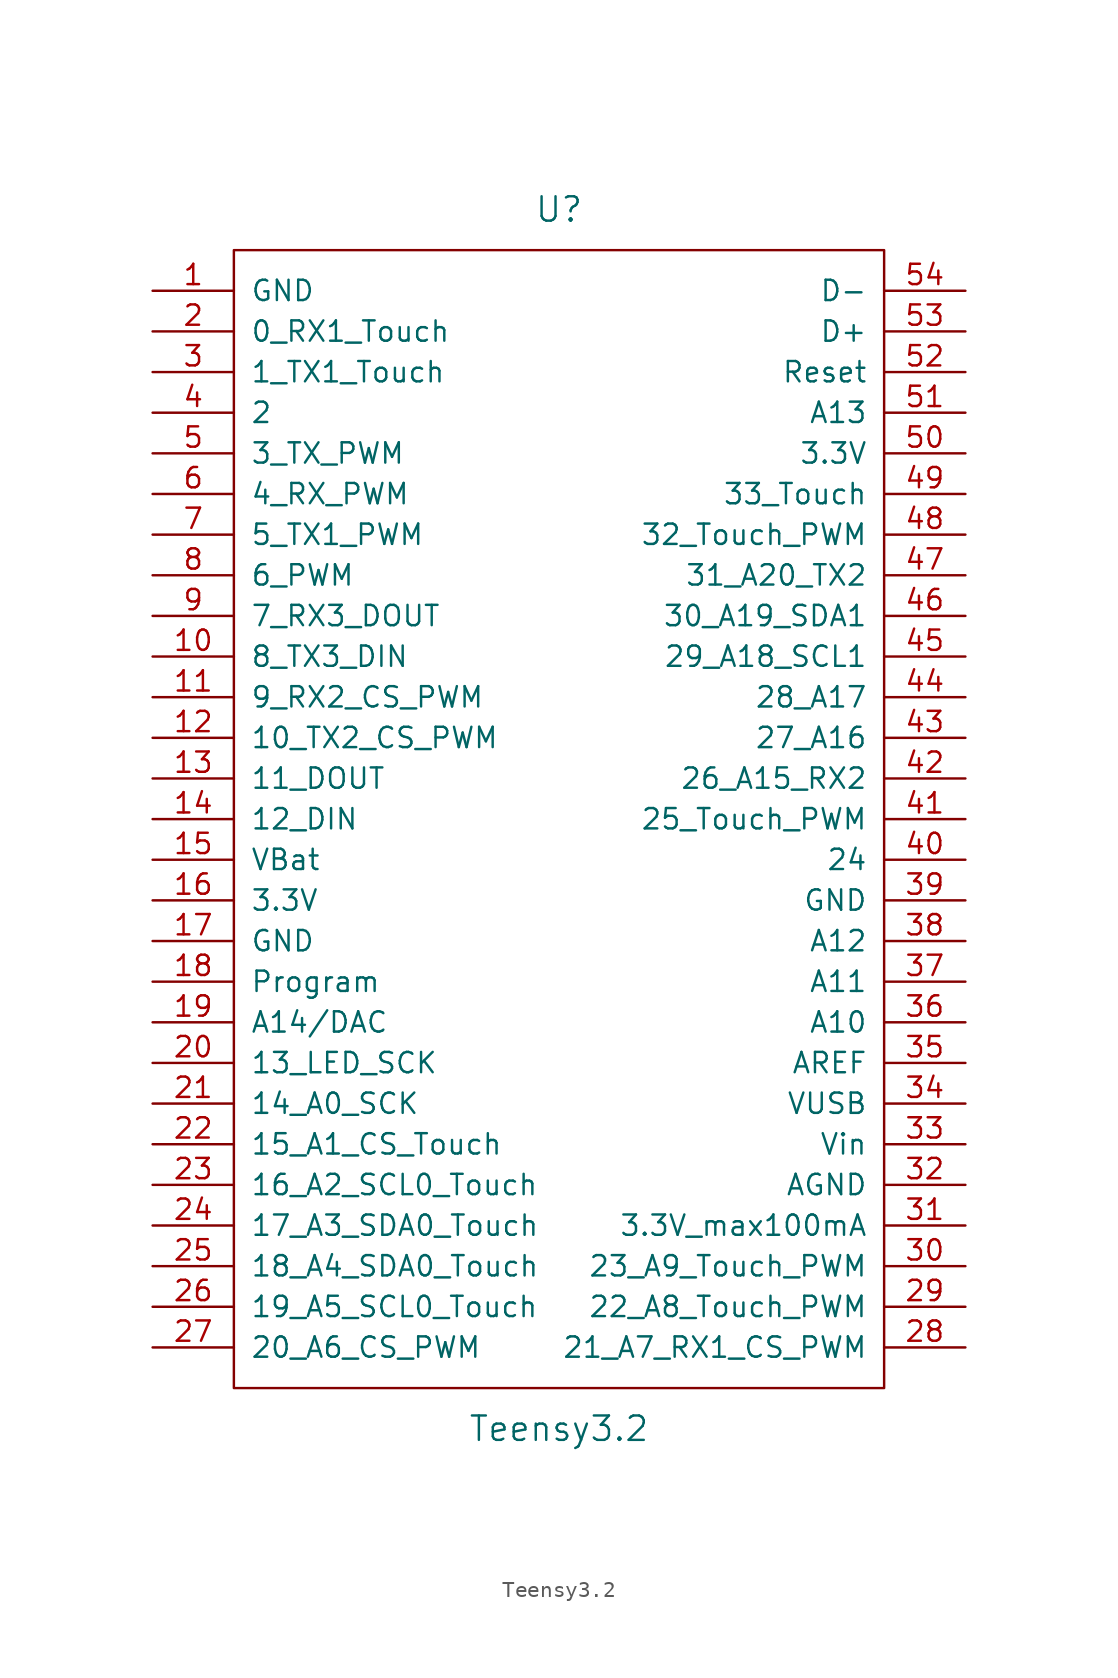
<source format=kicad_sym>
(kicad_symbol_lib
  (version 20211014)
  (generator kicad_symbol_editor)
  (symbol "Teensy3.2"
    (pin_names
      (offset 1.016))
    (property "Reference" "U"
      (at 0 38.1 0)
      (effects (font (size 1.524 1.524))))
    (property "Value" "Teensy3.2"
      (at 0 -38.1 0)
      (effects (font (size 1.524 1.524))))
    (property "Footprint" ""
      (at 0 -20.32 0)
      (effects (font (size 1.524 1.524))))
    (property "Datasheet" ""
      (at 0 -20.32 0)
      (effects (font (size 1.524 1.524))))
    (symbol "Teensy3.2_0_1"
      (rectangle (start -20.32 35.56) (end 20.32 -35.56) (stroke (width 0) (type default) (color 0 0 0 0)) (fill (type none))))
    (symbol "Teensy3.2_1_1"
      (pin power_in line (at -25.4 33.02 0) (length 5.08) (name "GND" (effects (font (size 1.27 1.27)))) (number "1" (effects (font (size 1.27 1.27)))))
      (pin bidirectional line (at -25.4 10.16 0) (length 5.08) (name "8_TX3_DIN" (effects (font (size 1.27 1.27)))) (number "10" (effects (font (size 1.27 1.27)))))
      (pin bidirectional line (at -25.4 7.62 0) (length 5.08) (name "9_RX2_CS_PWM" (effects (font (size 1.27 1.27)))) (number "11" (effects (font (size 1.27 1.27)))))
      (pin bidirectional line (at -25.4 5.08 0) (length 5.08) (name "10_TX2_CS_PWM" (effects (font (size 1.27 1.27)))) (number "12" (effects (font (size 1.27 1.27)))))
      (pin bidirectional line (at -25.4 2.54 0) (length 5.08) (name "11_DOUT" (effects (font (size 1.27 1.27)))) (number "13" (effects (font (size 1.27 1.27)))))
      (pin bidirectional line (at -25.4 0 0) (length 5.08) (name "12_DIN" (effects (font (size 1.27 1.27)))) (number "14" (effects (font (size 1.27 1.27)))))
      (pin power_in line (at -25.4 -2.54 0) (length 5.08) (name "VBat" (effects (font (size 1.27 1.27)))) (number "15" (effects (font (size 1.27 1.27)))))
      (pin power_in line (at -25.4 -5.08 0) (length 5.08) (name "3.3V" (effects (font (size 1.27 1.27)))) (number "16" (effects (font (size 1.27 1.27)))))
      (pin power_in line (at -25.4 -7.62 0) (length 5.08) (name "GND" (effects (font (size 1.27 1.27)))) (number "17" (effects (font (size 1.27 1.27)))))
      (pin input line (at -25.4 -10.16 0) (length 5.08) (name "Program" (effects (font (size 1.27 1.27)))) (number "18" (effects (font (size 1.27 1.27)))))
      (pin bidirectional line (at -25.4 -12.7 0) (length 5.08) (name "A14/DAC" (effects (font (size 1.27 1.27)))) (number "19" (effects (font (size 1.27 1.27)))))
      (pin bidirectional line (at -25.4 30.48 0) (length 5.08) (name "0_RX1_Touch" (effects (font (size 1.27 1.27)))) (number "2" (effects (font (size 1.27 1.27)))))
      (pin bidirectional line (at -25.4 -15.24 0) (length 5.08) (name "13_LED_SCK" (effects (font (size 1.27 1.27)))) (number "20" (effects (font (size 1.27 1.27)))))
      (pin bidirectional line (at -25.4 -17.78 0) (length 5.08) (name "14_A0_SCK" (effects (font (size 1.27 1.27)))) (number "21" (effects (font (size 1.27 1.27)))))
      (pin bidirectional line (at -25.4 -20.32 0) (length 5.08) (name "15_A1_CS_Touch" (effects (font (size 1.27 1.27)))) (number "22" (effects (font (size 1.27 1.27)))))
      (pin bidirectional line (at -25.4 -22.86 0) (length 5.08) (name "16_A2_SCL0_Touch" (effects (font (size 1.27 1.27)))) (number "23" (effects (font (size 1.27 1.27)))))
      (pin bidirectional line (at -25.4 -25.4 0) (length 5.08) (name "17_A3_SDA0_Touch" (effects (font (size 1.27 1.27)))) (number "24" (effects (font (size 1.27 1.27)))))
      (pin bidirectional line (at -25.4 -27.94 0) (length 5.08) (name "18_A4_SDA0_Touch" (effects (font (size 1.27 1.27)))) (number "25" (effects (font (size 1.27 1.27)))))
      (pin bidirectional line (at -25.4 -30.48 0) (length 5.08) (name "19_A5_SCL0_Touch" (effects (font (size 1.27 1.27)))) (number "26" (effects (font (size 1.27 1.27)))))
      (pin bidirectional line (at -25.4 -33.02 0) (length 5.08) (name "20_A6_CS_PWM" (effects (font (size 1.27 1.27)))) (number "27" (effects (font (size 1.27 1.27)))))
      (pin bidirectional line (at 25.4 -33.02 180) (length 5.08) (name "21_A7_RX1_CS_PWM" (effects (font (size 1.27 1.27)))) (number "28" (effects (font (size 1.27 1.27)))))
      (pin bidirectional line (at 25.4 -30.48 180) (length 5.08) (name "22_A8_Touch_PWM" (effects (font (size 1.27 1.27)))) (number "29" (effects (font (size 1.27 1.27)))))
      (pin bidirectional line (at -25.4 27.94 0) (length 5.08) (name "1_TX1_Touch" (effects (font (size 1.27 1.27)))) (number "3" (effects (font (size 1.27 1.27)))))
      (pin bidirectional line (at 25.4 -27.94 180) (length 5.08) (name "23_A9_Touch_PWM" (effects (font (size 1.27 1.27)))) (number "30" (effects (font (size 1.27 1.27)))))
      (pin power_out line (at 25.4 -25.4 180) (length 5.08) (name "3.3V_max100mA" (effects (font (size 1.27 1.27)))) (number "31" (effects (font (size 1.27 1.27)))))
      (pin power_in line (at 25.4 -22.86 180) (length 5.08) (name "AGND" (effects (font (size 1.27 1.27)))) (number "32" (effects (font (size 1.27 1.27)))))
      (pin power_in line (at 25.4 -20.32 180) (length 5.08) (name "Vin" (effects (font (size 1.27 1.27)))) (number "33" (effects (font (size 1.27 1.27)))))
      (pin power_in line (at 25.4 -17.78 180) (length 5.08) (name "VUSB" (effects (font (size 1.27 1.27)))) (number "34" (effects (font (size 1.27 1.27)))))
      (pin input line (at 25.4 -15.24 180) (length 5.08) (name "AREF" (effects (font (size 1.27 1.27)))) (number "35" (effects (font (size 1.27 1.27)))))
      (pin bidirectional line (at 25.4 -12.7 180) (length 5.08) (name "A10" (effects (font (size 1.27 1.27)))) (number "36" (effects (font (size 1.27 1.27)))))
      (pin bidirectional line (at 25.4 -10.16 180) (length 5.08) (name "A11" (effects (font (size 1.27 1.27)))) (number "37" (effects (font (size 1.27 1.27)))))
      (pin bidirectional line (at 25.4 -7.62 180) (length 5.08) (name "A12" (effects (font (size 1.27 1.27)))) (number "38" (effects (font (size 1.27 1.27)))))
      (pin power_in line (at 25.4 -5.08 180) (length 5.08) (name "GND" (effects (font (size 1.27 1.27)))) (number "39" (effects (font (size 1.27 1.27)))))
      (pin bidirectional line (at -25.4 25.4 0) (length 5.08) (name "2" (effects (font (size 1.27 1.27)))) (number "4" (effects (font (size 1.27 1.27)))))
      (pin bidirectional line (at 25.4 -2.54 180) (length 5.08) (name "24" (effects (font (size 1.27 1.27)))) (number "40" (effects (font (size 1.27 1.27)))))
      (pin bidirectional line (at 25.4 0 180) (length 5.08) (name "25_Touch_PWM" (effects (font (size 1.27 1.27)))) (number "41" (effects (font (size 1.27 1.27)))))
      (pin bidirectional line (at 25.4 2.54 180) (length 5.08) (name "26_A15_RX2" (effects (font (size 1.27 1.27)))) (number "42" (effects (font (size 1.27 1.27)))))
      (pin bidirectional line (at 25.4 5.08 180) (length 5.08) (name "27_A16" (effects (font (size 1.27 1.27)))) (number "43" (effects (font (size 1.27 1.27)))))
      (pin bidirectional line (at 25.4 7.62 180) (length 5.08) (name "28_A17" (effects (font (size 1.27 1.27)))) (number "44" (effects (font (size 1.27 1.27)))))
      (pin bidirectional line (at 25.4 10.16 180) (length 5.08) (name "29_A18_SCL1" (effects (font (size 1.27 1.27)))) (number "45" (effects (font (size 1.27 1.27)))))
      (pin bidirectional line (at 25.4 12.7 180) (length 5.08) (name "30_A19_SDA1" (effects (font (size 1.27 1.27)))) (number "46" (effects (font (size 1.27 1.27)))))
      (pin bidirectional line (at 25.4 15.24 180) (length 5.08) (name "31_A20_TX2" (effects (font (size 1.27 1.27)))) (number "47" (effects (font (size 1.27 1.27)))))
      (pin bidirectional line (at 25.4 17.78 180) (length 5.08) (name "32_Touch_PWM" (effects (font (size 1.27 1.27)))) (number "48" (effects (font (size 1.27 1.27)))))
      (pin bidirectional line (at 25.4 20.32 180) (length 5.08) (name "33_Touch" (effects (font (size 1.27 1.27)))) (number "49" (effects (font (size 1.27 1.27)))))
      (pin bidirectional line (at -25.4 22.86 0) (length 5.08) (name "3_TX_PWM" (effects (font (size 1.27 1.27)))) (number "5" (effects (font (size 1.27 1.27)))))
      (pin power_in line (at 25.4 22.86 180) (length 5.08) (name "3.3V" (effects (font (size 1.27 1.27)))) (number "50" (effects (font (size 1.27 1.27)))))
      (pin bidirectional line (at 25.4 25.4 180) (length 5.08) (name "A13" (effects (font (size 1.27 1.27)))) (number "51" (effects (font (size 1.27 1.27)))))
      (pin input line (at 25.4 27.94 180) (length 5.08) (name "Reset" (effects (font (size 1.27 1.27)))) (number "52" (effects (font (size 1.27 1.27)))))
      (pin bidirectional line (at 25.4 30.48 180) (length 5.08) (name "D+" (effects (font (size 1.27 1.27)))) (number "53" (effects (font (size 1.27 1.27)))))
      (pin bidirectional line (at 25.4 33.02 180) (length 5.08) (name "D-" (effects (font (size 1.27 1.27)))) (number "54" (effects (font (size 1.27 1.27)))))
      (pin bidirectional line (at -25.4 20.32 0) (length 5.08) (name "4_RX_PWM" (effects (font (size 1.27 1.27)))) (number "6" (effects (font (size 1.27 1.27)))))
      (pin bidirectional line (at -25.4 17.78 0) (length 5.08) (name "5_TX1_PWM" (effects (font (size 1.27 1.27)))) (number "7" (effects (font (size 1.27 1.27)))))
      (pin bidirectional line (at -25.4 15.24 0) (length 5.08) (name "6_PWM" (effects (font (size 1.27 1.27)))) (number "8" (effects (font (size 1.27 1.27)))))
      (pin bidirectional line (at -25.4 12.7 0) (length 5.08) (name "7_RX3_DOUT" (effects (font (size 1.27 1.27)))) (number "9" (effects (font (size 1.27 1.27))))))))
</source>
